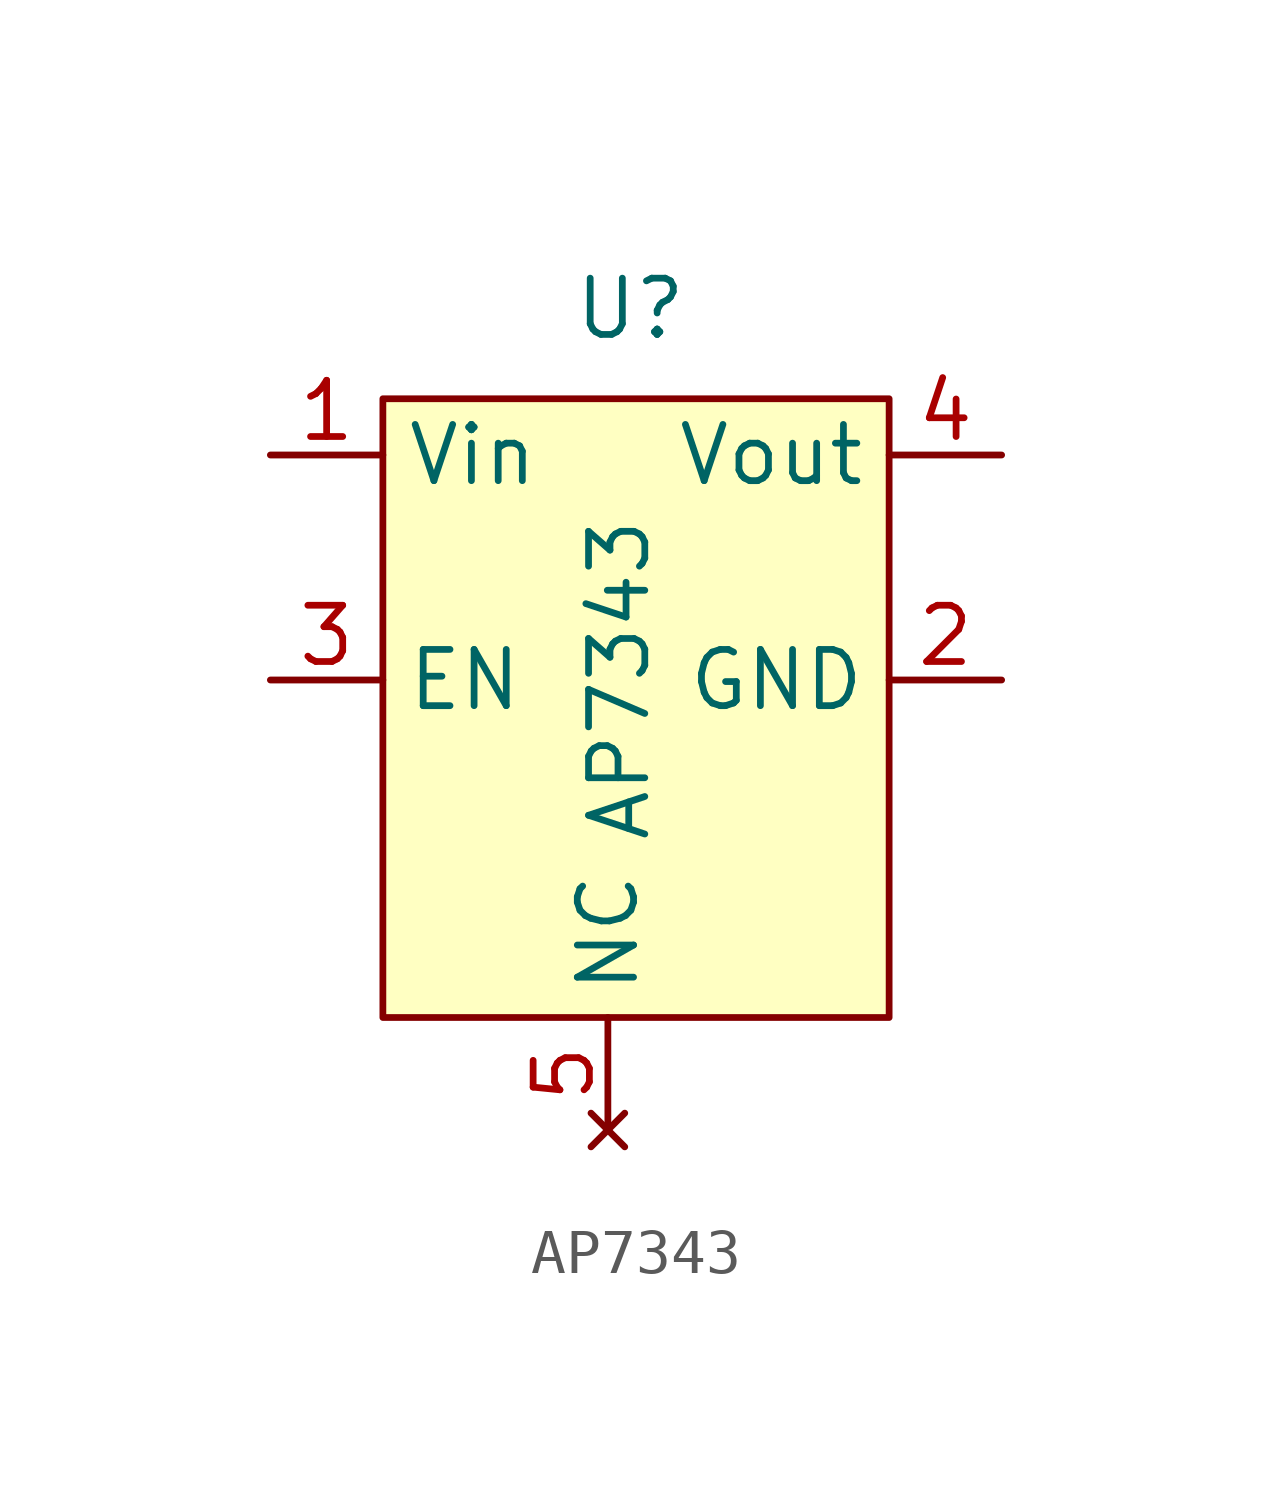
<source format=kicad_sym>
(kicad_symbol_lib
  (version 20231120)
  (generator "kicad_symbol_editor")
  (generator_version "8.0")
  (symbol "AP7343"
    (property "Reference" "U"
      (at 3.048 -0.508 0)
      (do_not_autoplace)
      (effects (font (size 1.27 1.27))))
    (property "Value" "AP7343"
      (at 2.794 -8.89 90)
      (do_not_autoplace)
      (effects (font (size 1.27 1.27))))
    (symbol "AP7343_0_1"
      (rectangle (start -2.54 -2.54) (end 8.89 -16.51) (stroke (width 0) (type default)) (fill (type background))))
    (symbol "AP7343_1_1"
      (pin passive line (at -5.08 -3.81 0) (length 2.54) (name "Vin" (effects (font (size 1.27 1.27)))) (number "1" (effects (font (size 1.27 1.27)))))
      (pin passive line (at 11.43 -8.89 180) (length 2.54) (name "GND" (effects (font (size 1.27 1.27)))) (number "2" (effects (font (size 1.27 1.27)))))
      (pin passive line (at -5.08 -8.89 0) (length 2.54) (name "EN" (effects (font (size 1.27 1.27)))) (number "3" (effects (font (size 1.27 1.27)))))
      (pin passive line (at 11.43 -3.81 180) (length 2.54) (name "Vout" (effects (font (size 1.27 1.27)))) (number "4" (effects (font (size 1.27 1.27)))))
      (pin no_connect line (at 2.54 -19.05 90) (length 2.54) (name "NC" (effects (font (size 1.27 1.27)))) (number "5" (effects (font (size 1.27 1.27))))))))
</source>
